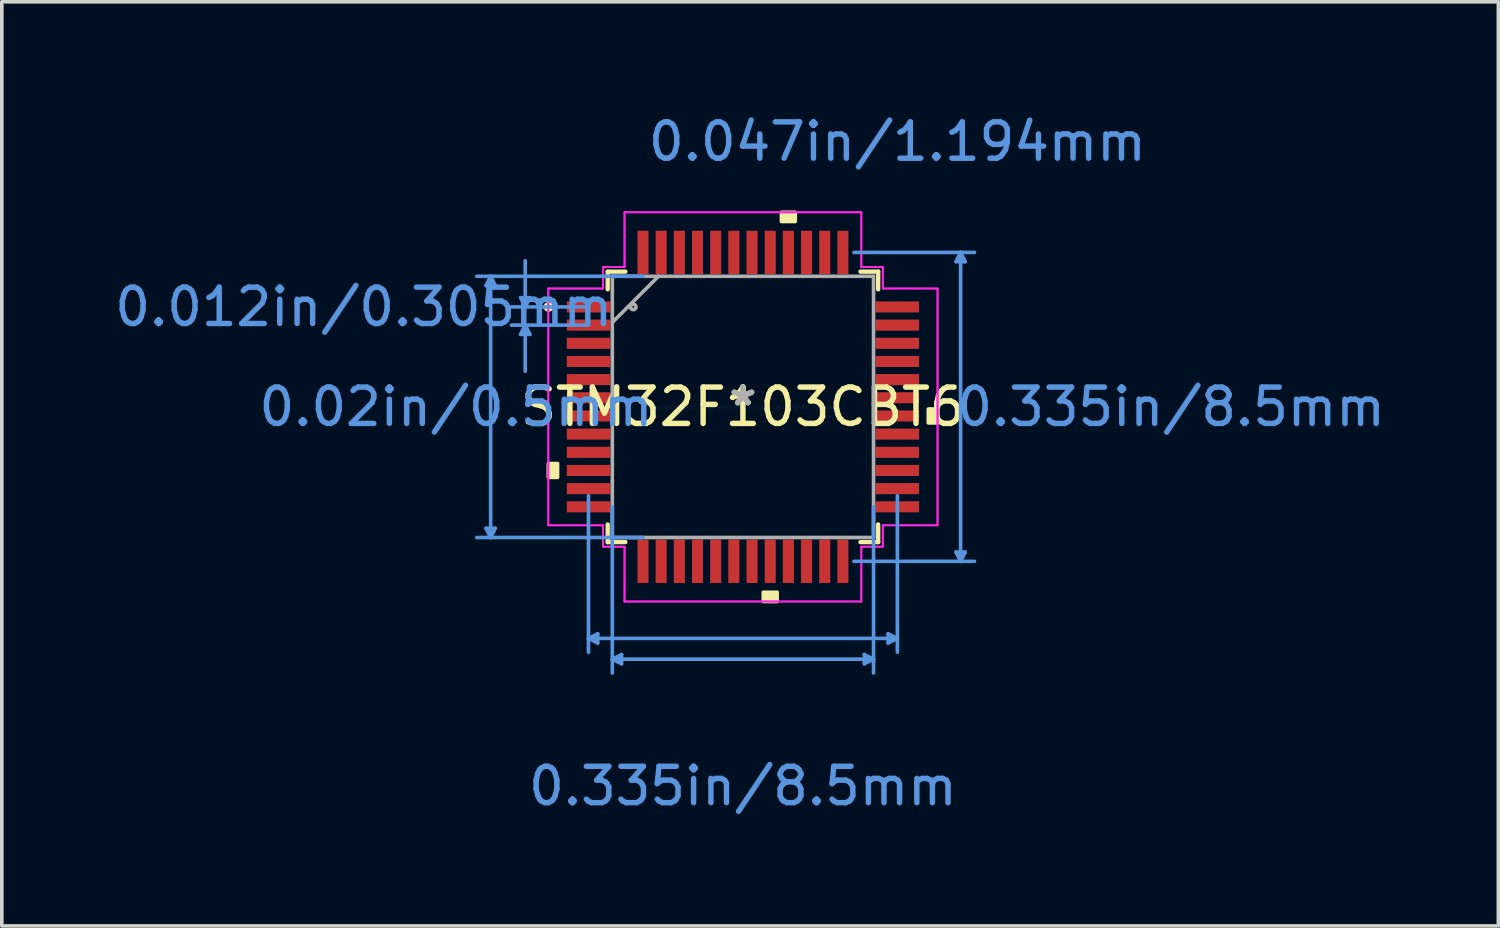
<source format=kicad_pcb>
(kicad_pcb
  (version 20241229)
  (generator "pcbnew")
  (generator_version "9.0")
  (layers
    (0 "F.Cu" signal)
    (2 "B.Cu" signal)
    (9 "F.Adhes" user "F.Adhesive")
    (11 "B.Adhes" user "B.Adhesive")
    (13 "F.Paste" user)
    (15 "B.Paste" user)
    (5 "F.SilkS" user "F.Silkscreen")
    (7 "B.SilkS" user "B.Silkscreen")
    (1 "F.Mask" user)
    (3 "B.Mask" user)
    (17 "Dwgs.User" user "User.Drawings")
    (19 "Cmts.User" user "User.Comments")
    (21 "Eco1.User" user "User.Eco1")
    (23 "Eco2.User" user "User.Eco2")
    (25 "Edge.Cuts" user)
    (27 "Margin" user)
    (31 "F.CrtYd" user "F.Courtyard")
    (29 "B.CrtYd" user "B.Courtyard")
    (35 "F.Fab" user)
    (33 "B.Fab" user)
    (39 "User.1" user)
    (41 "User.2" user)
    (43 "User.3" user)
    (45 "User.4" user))
  (footprint "STM32F103CBT6"
    (layer "F.Cu")
    (at 17.393 8.146)
    (property "Reference" "STM32F103CBT6" (at 0 0 0) (layer "F.SilkS") (effects (font (size 1 1) (thickness 0.15))))
    (attr through_hole)
    (fp_line (start -3.721 -3.721) (end -3.721 -3.235) (stroke (width 0.12) (type solid)) (layer "F.SilkS"))
    (fp_line (start -3.721 3.235) (end -3.721 3.721) (stroke (width 0.12) (type solid)) (layer "F.SilkS"))
    (fp_line (start -3.721 3.721) (end -3.235 3.721) (stroke (width 0.12) (type solid)) (layer "F.SilkS"))
    (fp_line (start -3.235 -3.721) (end -3.721 -3.721) (stroke (width 0.12) (type solid)) (layer "F.SilkS"))
    (fp_line (start 3.235 3.721) (end 3.721 3.721) (stroke (width 0.12) (type solid)) (layer "F.SilkS"))
    (fp_line (start 3.721 -3.721) (end 3.235 -3.721) (stroke (width 0.12) (type solid)) (layer "F.SilkS"))
    (fp_line (start 3.721 -3.235) (end 3.721 -3.721) (stroke (width 0.12) (type solid)) (layer "F.SilkS"))
    (fp_line (start 3.721 3.721) (end 3.721 3.235) (stroke (width 0.12) (type solid)) (layer "F.SilkS"))
    (fp_circle (center -5.351 -2.75) (end -5.275 -2.75) (stroke (width 0.12) (type solid)) (fill no) (layer "F.SilkS"))
    (fp_poly (pts (xy -5.355 1.559) (xy -5.355 1.94) (xy -5.101 1.94) (xy -5.101 1.559)) (stroke (width 0.1) (type solid)) (fill yes) (layer "F.SilkS"))
    (fp_poly (pts (xy 0.56 5.101) (xy 0.56 5.355) (xy 0.941 5.355) (xy 0.941 5.101)) (stroke (width 0.1) (type solid)) (fill yes) (layer "F.SilkS"))
    (fp_poly (pts (xy 1.06 -5.101) (xy 1.06 -5.355) (xy 1.44 -5.355) (xy 1.44 -5.101)) (stroke (width 0.1) (type solid)) (fill yes) (layer "F.SilkS"))
    (fp_poly (pts (xy 5.355 0.059) (xy 5.355 0.441) (xy 5.101 0.441) (xy 5.101 0.059)) (stroke (width 0.1) (type solid)) (fill yes) (layer "F.SilkS"))
    (fp_line (start -7.069 -3.34) (end -6.815 -3.34) (stroke (width 0.1) (type solid)) (layer "Cmts.User"))
    (fp_line (start -7.069 3.34) (end -6.815 3.34) (stroke (width 0.1) (type solid)) (layer "Cmts.User"))
    (fp_line (start -6.942 -3.594) (end -7.069 -3.34) (stroke (width 0.1) (type solid)) (layer "Cmts.User"))
    (fp_line (start -6.942 -3.594) (end -6.942 3.594) (stroke (width 0.1) (type solid)) (layer "Cmts.User"))
    (fp_line (start -6.942 -3.594) (end -6.815 -3.34) (stroke (width 0.1) (type solid)) (layer "Cmts.User"))
    (fp_line (start -6.942 3.594) (end -7.069 3.34) (stroke (width 0.1) (type solid)) (layer "Cmts.User"))
    (fp_line (start -6.942 3.594) (end -6.815 3.34) (stroke (width 0.1) (type solid)) (layer "Cmts.User"))
    (fp_line (start -6.117 -3.004) (end -5.863 -3.004) (stroke (width 0.1) (type solid)) (layer "Cmts.User"))
    (fp_line (start -6.117 -1.996) (end -5.863 -1.996) (stroke (width 0.1) (type solid)) (layer "Cmts.User"))
    (fp_line (start -5.99 -2.75) (end -6.117 -3.004) (stroke (width 0.1) (type solid)) (layer "Cmts.User"))
    (fp_line (start -5.99 -2.75) (end -5.99 -4.02) (stroke (width 0.1) (type solid)) (layer "Cmts.User"))
    (fp_line (start -5.99 -2.75) (end -5.863 -3.004) (stroke (width 0.1) (type solid)) (layer "Cmts.User"))
    (fp_line (start -5.99 -2.25) (end -6.117 -1.996) (stroke (width 0.1) (type solid)) (layer "Cmts.User"))
    (fp_line (start -5.99 -2.25) (end -5.99 -0.98) (stroke (width 0.1) (type solid)) (layer "Cmts.User"))
    (fp_line (start -5.99 -2.25) (end -5.863 -1.996) (stroke (width 0.1) (type solid)) (layer "Cmts.User"))
    (fp_line (start -4.25 -2.75) (end -6.371 -2.75) (stroke (width 0.1) (type solid)) (layer "Cmts.User"))
    (fp_line (start -4.25 -2.25) (end -6.371 -2.25) (stroke (width 0.1) (type solid)) (layer "Cmts.User"))
    (fp_line (start -4.25 2.445) (end -4.25 6.752) (stroke (width 0.1) (type solid)) (layer "Cmts.User"))
    (fp_line (start -4.25 6.371) (end -3.996 6.244) (stroke (width 0.1) (type solid)) (layer "Cmts.User"))
    (fp_line (start -4.25 6.371) (end -3.996 6.498) (stroke (width 0.1) (type solid)) (layer "Cmts.User"))
    (fp_line (start -4.25 6.371) (end 4.25 6.371) (stroke (width 0.1) (type solid)) (layer "Cmts.User"))
    (fp_line (start -3.996 6.244) (end -3.996 6.498) (stroke (width 0.1) (type solid)) (layer "Cmts.User"))
    (fp_line (start -3.594 2.75) (end -3.594 7.323) (stroke (width 0.1) (type solid)) (layer "Cmts.User"))
    (fp_line (start -3.594 6.942) (end -3.34 6.815) (stroke (width 0.1) (type solid)) (layer "Cmts.User"))
    (fp_line (start -3.594 6.942) (end -3.34 7.069) (stroke (width 0.1) (type solid)) (layer "Cmts.User"))
    (fp_line (start -3.594 6.942) (end 3.594 6.942) (stroke (width 0.1) (type solid)) (layer "Cmts.User"))
    (fp_line (start -3.34 6.815) (end -3.34 7.069) (stroke (width 0.1) (type solid)) (layer "Cmts.User"))
    (fp_line (start -2.75 -3.594) (end -7.323 -3.594) (stroke (width 0.1) (type solid)) (layer "Cmts.User"))
    (fp_line (start -2.75 3.594) (end -7.323 3.594) (stroke (width 0.1) (type solid)) (layer "Cmts.User"))
    (fp_line (start 3.055 -4.25) (end 6.371 -4.25) (stroke (width 0.1) (type solid)) (layer "Cmts.User"))
    (fp_line (start 3.055 4.25) (end 6.371 4.25) (stroke (width 0.1) (type solid)) (layer "Cmts.User"))
    (fp_line (start 3.34 6.815) (end 3.34 7.069) (stroke (width 0.1) (type solid)) (layer "Cmts.User"))
    (fp_line (start 3.594 2.75) (end 3.594 7.323) (stroke (width 0.1) (type solid)) (layer "Cmts.User"))
    (fp_line (start 3.594 6.942) (end 3.34 6.815) (stroke (width 0.1) (type solid)) (layer "Cmts.User"))
    (fp_line (start 3.594 6.942) (end 3.34 7.069) (stroke (width 0.1) (type solid)) (layer "Cmts.User"))
    (fp_line (start 3.996 6.244) (end 3.996 6.498) (stroke (width 0.1) (type solid)) (layer "Cmts.User"))
    (fp_line (start 4.25 2.445) (end 4.25 6.752) (stroke (width 0.1) (type solid)) (layer "Cmts.User"))
    (fp_line (start 4.25 6.371) (end 3.996 6.244) (stroke (width 0.1) (type solid)) (layer "Cmts.User"))
    (fp_line (start 4.25 6.371) (end 3.996 6.498) (stroke (width 0.1) (type solid)) (layer "Cmts.User"))
    (fp_line (start 5.863 -3.996) (end 6.117 -3.996) (stroke (width 0.1) (type solid)) (layer "Cmts.User"))
    (fp_line (start 5.863 3.996) (end 6.117 3.996) (stroke (width 0.1) (type solid)) (layer "Cmts.User"))
    (fp_line (start 5.99 -4.25) (end 5.863 -3.996) (stroke (width 0.1) (type solid)) (layer "Cmts.User"))
    (fp_line (start 5.99 -4.25) (end 5.99 4.25) (stroke (width 0.1) (type solid)) (layer "Cmts.User"))
    (fp_line (start 5.99 -4.25) (end 6.117 -3.996) (stroke (width 0.1) (type solid)) (layer "Cmts.User"))
    (fp_line (start 5.99 4.25) (end 5.863 3.996) (stroke (width 0.1) (type solid)) (layer "Cmts.User"))
    (fp_line (start 5.99 4.25) (end 6.117 3.996) (stroke (width 0.1) (type solid)) (layer "Cmts.User"))
    (fp_line (start -5.355 -3.258) (end -3.848 -3.258) (stroke (width 0.05) (type solid)) (layer "F.CrtYd"))
    (fp_line (start -5.355 -3.258) (end -3.848 -3.258) (stroke (width 0.05) (type solid)) (layer "F.CrtYd"))
    (fp_line (start -5.355 3.258) (end -5.355 -3.258) (stroke (width 0.05) (type solid)) (layer "F.CrtYd"))
    (fp_line (start -5.355 3.258) (end -5.355 -3.258) (stroke (width 0.05) (type solid)) (layer "F.CrtYd"))
    (fp_line (start -3.848 -3.848) (end -3.258 -3.848) (stroke (width 0.05) (type solid)) (layer "F.CrtYd"))
    (fp_line (start -3.848 -3.848) (end -3.258 -3.848) (stroke (width 0.05) (type solid)) (layer "F.CrtYd"))
    (fp_line (start -3.848 -3.258) (end -3.848 -3.848) (stroke (width 0.05) (type solid)) (layer "F.CrtYd"))
    (fp_line (start -3.848 -3.258) (end -3.848 -3.848) (stroke (width 0.05) (type solid)) (layer "F.CrtYd"))
    (fp_line (start -3.848 3.258) (end -5.355 3.258) (stroke (width 0.05) (type solid)) (layer "F.CrtYd"))
    (fp_line (start -3.848 3.258) (end -5.355 3.258) (stroke (width 0.05) (type solid)) (layer "F.CrtYd"))
    (fp_line (start -3.848 3.848) (end -3.848 3.258) (stroke (width 0.05) (type solid)) (layer "F.CrtYd"))
    (fp_line (start -3.848 3.848) (end -3.848 3.258) (stroke (width 0.05) (type solid)) (layer "F.CrtYd"))
    (fp_line (start -3.258 -5.355) (end 3.258 -5.355) (stroke (width 0.05) (type solid)) (layer "F.CrtYd"))
    (fp_line (start -3.258 -5.355) (end 3.258 -5.355) (stroke (width 0.05) (type solid)) (layer "F.CrtYd"))
    (fp_line (start -3.258 -3.848) (end -3.258 -5.355) (stroke (width 0.05) (type solid)) (layer "F.CrtYd"))
    (fp_line (start -3.258 -3.848) (end -3.258 -5.355) (stroke (width 0.05) (type solid)) (layer "F.CrtYd"))
    (fp_line (start -3.258 3.848) (end -3.848 3.848) (stroke (width 0.05) (type solid)) (layer "F.CrtYd"))
    (fp_line (start -3.258 3.848) (end -3.848 3.848) (stroke (width 0.05) (type solid)) (layer "F.CrtYd"))
    (fp_line (start -3.258 5.355) (end -3.258 3.848) (stroke (width 0.05) (type solid)) (layer "F.CrtYd"))
    (fp_line (start -3.258 5.355) (end -3.258 3.848) (stroke (width 0.05) (type solid)) (layer "F.CrtYd"))
    (fp_line (start 3.258 -5.355) (end 3.258 -3.848) (stroke (width 0.05) (type solid)) (layer "F.CrtYd"))
    (fp_line (start 3.258 -5.355) (end 3.258 -3.848) (stroke (width 0.05) (type solid)) (layer "F.CrtYd"))
    (fp_line (start 3.258 -3.848) (end 3.848 -3.848) (stroke (width 0.05) (type solid)) (layer "F.CrtYd"))
    (fp_line (start 3.258 -3.848) (end 3.848 -3.848) (stroke (width 0.05) (type solid)) (layer "F.CrtYd"))
    (fp_line (start 3.258 3.848) (end 3.258 5.355) (stroke (width 0.05) (type solid)) (layer "F.CrtYd"))
    (fp_line (start 3.258 3.848) (end 3.258 5.355) (stroke (width 0.05) (type solid)) (layer "F.CrtYd"))
    (fp_line (start 3.258 5.355) (end -3.258 5.355) (stroke (width 0.05) (type solid)) (layer "F.CrtYd"))
    (fp_line (start 3.258 5.355) (end -3.258 5.355) (stroke (width 0.05) (type solid)) (layer "F.CrtYd"))
    (fp_line (start 3.848 -3.848) (end 3.848 -3.258) (stroke (width 0.05) (type solid)) (layer "F.CrtYd"))
    (fp_line (start 3.848 -3.848) (end 3.848 -3.258) (stroke (width 0.05) (type solid)) (layer "F.CrtYd"))
    (fp_line (start 3.848 -3.258) (end 5.355 -3.258) (stroke (width 0.05) (type solid)) (layer "F.CrtYd"))
    (fp_line (start 3.848 -3.258) (end 5.355 -3.258) (stroke (width 0.05) (type solid)) (layer "F.CrtYd"))
    (fp_line (start 3.848 3.258) (end 3.848 3.848) (stroke (width 0.05) (type solid)) (layer "F.CrtYd"))
    (fp_line (start 3.848 3.258) (end 3.848 3.848) (stroke (width 0.05) (type solid)) (layer "F.CrtYd"))
    (fp_line (start 3.848 3.848) (end 3.258 3.848) (stroke (width 0.05) (type solid)) (layer "F.CrtYd"))
    (fp_line (start 3.848 3.848) (end 3.258 3.848) (stroke (width 0.05) (type solid)) (layer "F.CrtYd"))
    (fp_line (start 5.355 -3.258) (end 5.355 3.258) (stroke (width 0.05) (type solid)) (layer "F.CrtYd"))
    (fp_line (start 5.355 -3.258) (end 5.355 3.258) (stroke (width 0.05) (type solid)) (layer "F.CrtYd"))
    (fp_line (start 5.355 3.258) (end 3.848 3.258) (stroke (width 0.05) (type solid)) (layer "F.CrtYd"))
    (fp_line (start 5.355 3.258) (end 3.848 3.258) (stroke (width 0.05) (type solid)) (layer "F.CrtYd"))
    (fp_line (start -3.594 -3.594) (end -3.594 3.594) (stroke (width 0.1) (type solid)) (layer "F.Fab"))
    (fp_line (start -3.594 -2.324) (end -2.324 -3.594) (stroke (width 0.1) (type solid)) (layer "F.Fab"))
    (fp_line (start -3.594 3.594) (end 3.594 3.594) (stroke (width 0.1) (type solid)) (layer "F.Fab"))
    (fp_line (start 3.594 -3.594) (end -3.594 -3.594) (stroke (width 0.1) (type solid)) (layer "F.Fab"))
    (fp_line (start 3.594 3.594) (end 3.594 -3.594) (stroke (width 0.1) (type solid)) (layer "F.Fab"))
    (fp_circle (center -3.018 -2.75) (end -2.942 -2.75) (stroke (width 0.1) (type solid)) (fill no) (layer "F.Fab"))
    (fp_text user "*" (at 0 0 0) (layer "F.SilkS") (effects (font (size 1 1) (thickness 0.15))))
    (fp_text user "0.012in/0.305mm" (at -10.435 -2.75 0) (layer "Cmts.User") (effects (font (size 1 1) (thickness 0.15))))
    (fp_text user "0.335in/8.5mm" (at 0 10.435 0) (layer "Cmts.User") (effects (font (size 1 1) (thickness 0.15))))
    (fp_text user "0.335in/8.5mm" (at 11.781 0 0) (layer "Cmts.User") (effects (font (size 1 1) (thickness 0.15))))
    (fp_text user "0.02in/0.5mm" (at -7.895 0 0) (layer "Cmts.User") (effects (font (size 1 1) (thickness 0.15))))
    (fp_text user "Copyright 2021 Accelerated Designs. All rights reserved." (at 0 0 0) (layer "Cmts.User") (effects (font (size 0.127 0.127) (thickness 0.002))))
    (fp_text user "0.047in/1.194mm" (at 4.25 -7.298 0) (layer "Cmts.User") (effects (font (size 1 1) (thickness 0.15))))
    (fp_text user "*" (at 0 0 0) (layer "F.Fab") (effects (font (size 1 1) (thickness 0.15))))
    (pad "1" smd rect (at -4.25 -2.75) (size 1.194 0.305) (layers "F.Cu" "F.Mask" "F.Paste"))
    (pad "2" smd rect (at -4.25 -2.25) (size 1.194 0.305) (layers "F.Cu" "F.Mask" "F.Paste"))
    (pad "3" smd rect (at -4.25 -1.75) (size 1.194 0.305) (layers "F.Cu" "F.Mask" "F.Paste"))
    (pad "4" smd rect (at -4.25 -1.25) (size 1.194 0.305) (layers "F.Cu" "F.Mask" "F.Paste"))
    (pad "5" smd rect (at -4.25 -0.75) (size 1.194 0.305) (layers "F.Cu" "F.Mask" "F.Paste"))
    (pad "6" smd rect (at -4.25 -0.25) (size 1.194 0.305) (layers "F.Cu" "F.Mask" "F.Paste"))
    (pad "7" smd rect (at -4.25 0.25) (size 1.194 0.305) (layers "F.Cu" "F.Mask" "F.Paste"))
    (pad "8" smd rect (at -4.25 0.75) (size 1.194 0.305) (layers "F.Cu" "F.Mask" "F.Paste"))
    (pad "9" smd rect (at -4.25 1.25) (size 1.194 0.305) (layers "F.Cu" "F.Mask" "F.Paste"))
    (pad "10" smd rect (at -4.25 1.75) (size 1.194 0.305) (layers "F.Cu" "F.Mask" "F.Paste"))
    (pad "11" smd rect (at -4.25 2.25) (size 1.194 0.305) (layers "F.Cu" "F.Mask" "F.Paste"))
    (pad "12" smd rect (at -4.25 2.75) (size 1.194 0.305) (layers "F.Cu" "F.Mask" "F.Paste"))
    (pad "13" smd rect (at -2.75 4.25 90) (size 1.194 0.305) (layers "F.Cu" "F.Mask" "F.Paste"))
    (pad "14" smd rect (at -2.25 4.25 90) (size 1.194 0.305) (layers "F.Cu" "F.Mask" "F.Paste"))
    (pad "15" smd rect (at -1.75 4.25 90) (size 1.194 0.305) (layers "F.Cu" "F.Mask" "F.Paste"))
    (pad "16" smd rect (at -1.25 4.25 90) (size 1.194 0.305) (layers "F.Cu" "F.Mask" "F.Paste"))
    (pad "17" smd rect (at -0.75 4.25 90) (size 1.194 0.305) (layers "F.Cu" "F.Mask" "F.Paste"))
    (pad "18" smd rect (at -0.25 4.25 90) (size 1.194 0.305) (layers "F.Cu" "F.Mask" "F.Paste"))
    (pad "19" smd rect (at 0.25 4.25 90) (size 1.194 0.305) (layers "F.Cu" "F.Mask" "F.Paste"))
    (pad "20" smd rect (at 0.75 4.25 90) (size 1.194 0.305) (layers "F.Cu" "F.Mask" "F.Paste"))
    (pad "21" smd rect (at 1.25 4.25 90) (size 1.194 0.305) (layers "F.Cu" "F.Mask" "F.Paste"))
    (pad "22" smd rect (at 1.75 4.25 90) (size 1.194 0.305) (layers "F.Cu" "F.Mask" "F.Paste"))
    (pad "23" smd rect (at 2.25 4.25 90) (size 1.194 0.305) (layers "F.Cu" "F.Mask" "F.Paste"))
    (pad "24" smd rect (at 2.75 4.25 90) (size 1.194 0.305) (layers "F.Cu" "F.Mask" "F.Paste"))
    (pad "25" smd rect (at 4.25 2.75) (size 1.194 0.305) (layers "F.Cu" "F.Mask" "F.Paste"))
    (pad "26" smd rect (at 4.25 2.25) (size 1.194 0.305) (layers "F.Cu" "F.Mask" "F.Paste"))
    (pad "27" smd rect (at 4.25 1.75) (size 1.194 0.305) (layers "F.Cu" "F.Mask" "F.Paste"))
    (pad "28" smd rect (at 4.25 1.25) (size 1.194 0.305) (layers "F.Cu" "F.Mask" "F.Paste"))
    (pad "29" smd rect (at 4.25 0.75) (size 1.194 0.305) (layers "F.Cu" "F.Mask" "F.Paste"))
    (pad "30" smd rect (at 4.25 0.25) (size 1.194 0.305) (layers "F.Cu" "F.Mask" "F.Paste"))
    (pad "31" smd rect (at 4.25 -0.25) (size 1.194 0.305) (layers "F.Cu" "F.Mask" "F.Paste"))
    (pad "32" smd rect (at 4.25 -0.75) (size 1.194 0.305) (layers "F.Cu" "F.Mask" "F.Paste"))
    (pad "33" smd rect (at 4.25 -1.25) (size 1.194 0.305) (layers "F.Cu" "F.Mask" "F.Paste"))
    (pad "34" smd rect (at 4.25 -1.75) (size 1.194 0.305) (layers "F.Cu" "F.Mask" "F.Paste"))
    (pad "35" smd rect (at 4.25 -2.25) (size 1.194 0.305) (layers "F.Cu" "F.Mask" "F.Paste"))
    (pad "36" smd rect (at 4.25 -2.75) (size 1.194 0.305) (layers "F.Cu" "F.Mask" "F.Paste"))
    (pad "37" smd rect (at 2.75 -4.25 90) (size 1.194 0.305) (layers "F.Cu" "F.Mask" "F.Paste"))
    (pad "38" smd rect (at 2.25 -4.25 90) (size 1.194 0.305) (layers "F.Cu" "F.Mask" "F.Paste"))
    (pad "39" smd rect (at 1.75 -4.25 90) (size 1.194 0.305) (layers "F.Cu" "F.Mask" "F.Paste"))
    (pad "40" smd rect (at 1.25 -4.25 90) (size 1.194 0.305) (layers "F.Cu" "F.Mask" "F.Paste"))
    (pad "41" smd rect (at 0.75 -4.25 90) (size 1.194 0.305) (layers "F.Cu" "F.Mask" "F.Paste"))
    (pad "42" smd rect (at 0.25 -4.25 90) (size 1.194 0.305) (layers "F.Cu" "F.Mask" "F.Paste"))
    (pad "43" smd rect (at -0.25 -4.25 90) (size 1.194 0.305) (layers "F.Cu" "F.Mask" "F.Paste"))
    (pad "44" smd rect (at -0.75 -4.25 90) (size 1.194 0.305) (layers "F.Cu" "F.Mask" "F.Paste"))
    (pad "45" smd rect (at -1.25 -4.25 90) (size 1.194 0.305) (layers "F.Cu" "F.Mask" "F.Paste"))
    (pad "46" smd rect (at -1.75 -4.25 90) (size 1.194 0.305) (layers "F.Cu" "F.Mask" "F.Paste"))
    (pad "47" smd rect (at -2.25 -4.25 90) (size 1.194 0.305) (layers "F.Cu" "F.Mask" "F.Paste"))
    (pad "48" smd rect (at -2.75 -4.25 90) (size 1.194 0.305) (layers "F.Cu" "F.Mask" "F.Paste")))
  (gr_rect
    (start -3 -3)
    (end 38.18 22.429)
    (stroke (width 0.1) (type default))
    (fill no)
    (layer "Edge.Cuts")))
</source>
